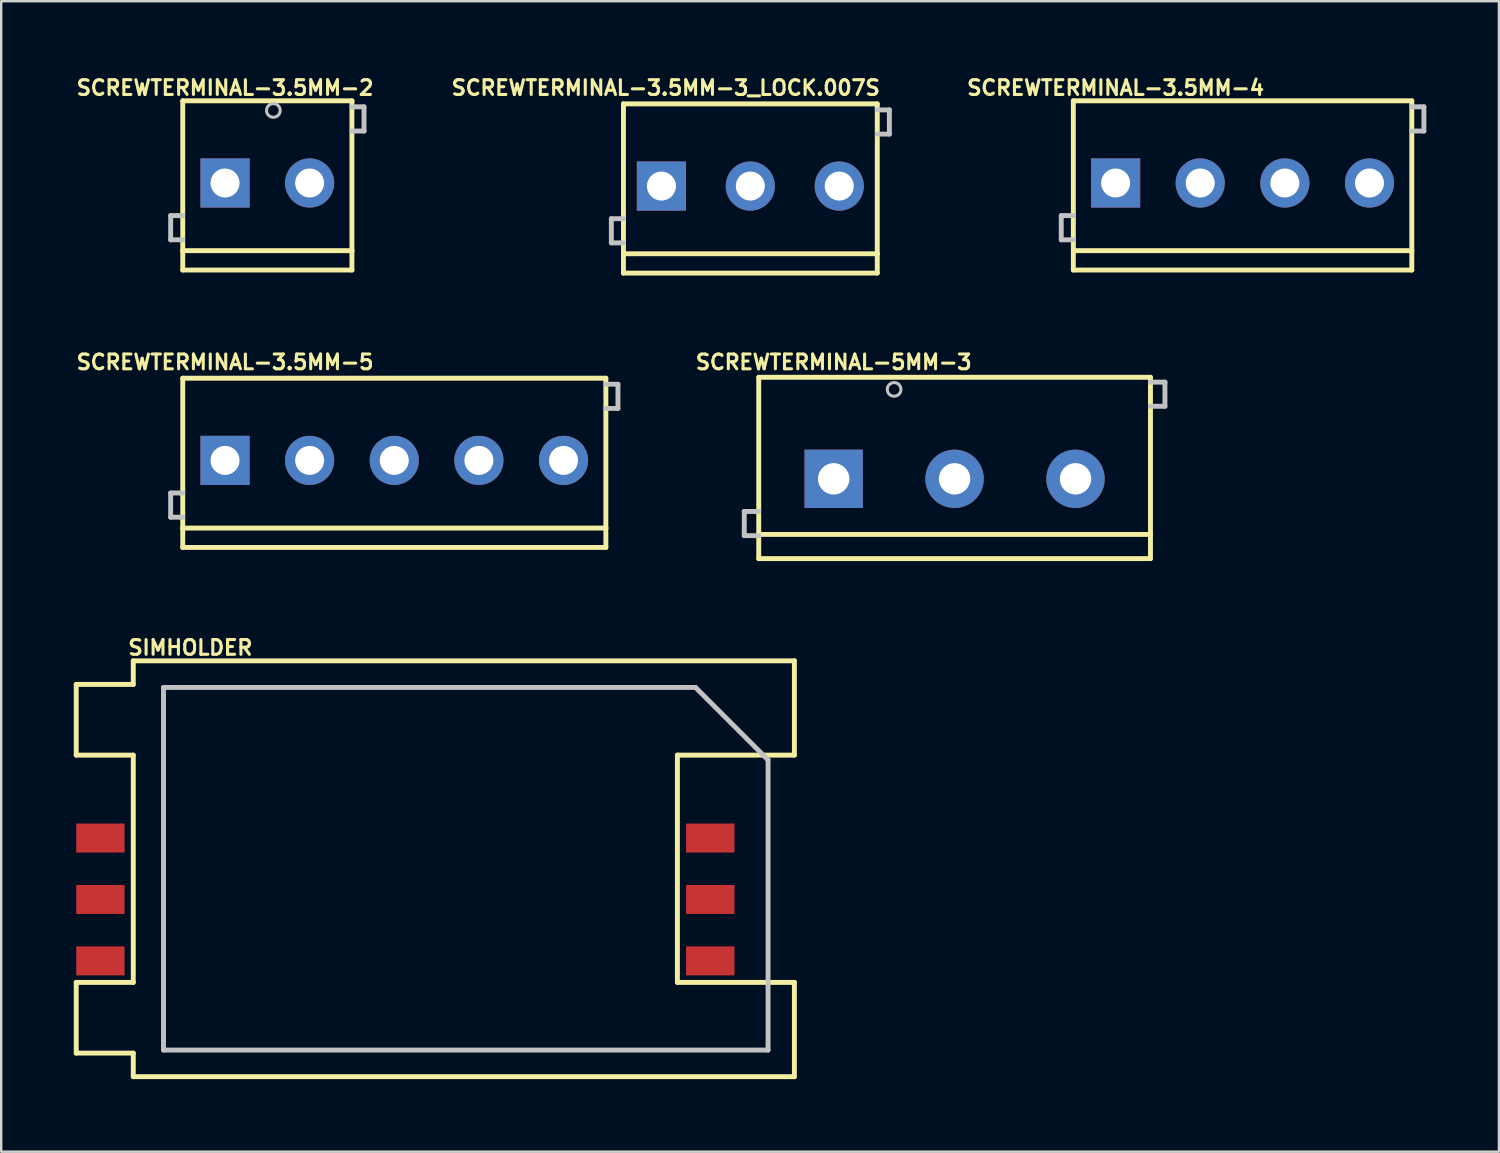
<source format=kicad_pcb>
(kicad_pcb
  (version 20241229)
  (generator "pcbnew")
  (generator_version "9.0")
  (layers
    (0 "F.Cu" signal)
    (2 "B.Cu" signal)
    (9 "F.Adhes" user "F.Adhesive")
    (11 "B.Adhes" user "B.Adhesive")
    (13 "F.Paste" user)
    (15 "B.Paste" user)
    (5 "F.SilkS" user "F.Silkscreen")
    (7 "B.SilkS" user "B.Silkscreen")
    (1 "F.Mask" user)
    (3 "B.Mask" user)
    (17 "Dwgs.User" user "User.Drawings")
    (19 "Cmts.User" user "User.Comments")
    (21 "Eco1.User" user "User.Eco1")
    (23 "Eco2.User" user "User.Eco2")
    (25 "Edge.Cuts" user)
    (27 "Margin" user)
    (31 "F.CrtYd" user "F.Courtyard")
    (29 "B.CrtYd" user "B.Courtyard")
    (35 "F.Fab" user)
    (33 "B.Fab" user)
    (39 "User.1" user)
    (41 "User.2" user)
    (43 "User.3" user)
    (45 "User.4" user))
  (footprint "SCREWTERMINAL-3.5MM-3_LOCK.007S"
    (layer "F.Cu")
    (at 24.478 4.644)
    (property "Reference" "SCREWTERMINAL-3.5MM-3_LOCK.007S" (at 0 -4.064 0) (layer "F.SilkS") (effects (font (size 0.61 0.61) (thickness 0.127))))
    (attr exclude_from_pos_files exclude_from_bom)
    (fp_line (start -1.748 -3.399) (end 8.748 -3.399) (stroke (width 0.203) (type solid)) (layer "F.SilkS"))
    (fp_line (start -1.748 2.799) (end -1.748 -3.399) (stroke (width 0.203) (type solid)) (layer "F.SilkS"))
    (fp_line (start -1.748 3.599) (end -1.748 2.799) (stroke (width 0.203) (type solid)) (layer "F.SilkS"))
    (fp_line (start 8.748 -3.399) (end 8.748 2.799) (stroke (width 0.203) (type solid)) (layer "F.SilkS"))
    (fp_line (start 8.748 2.799) (end -1.748 2.799) (stroke (width 0.203) (type solid)) (layer "F.SilkS"))
    (fp_line (start 8.748 2.799) (end 8.748 3.599) (stroke (width 0.203) (type solid)) (layer "F.SilkS"))
    (fp_line (start 8.748 3.599) (end -1.748 3.599) (stroke (width 0.203) (type solid)) (layer "F.SilkS"))
    (fp_line (start -2.248 1.349) (end -2.248 2.349) (stroke (width 0.203) (type solid)) (layer "Dwgs.User"))
    (fp_line (start -2.248 2.349) (end -1.748 2.349) (stroke (width 0.203) (type solid)) (layer "Dwgs.User"))
    (fp_line (start -1.748 1.349) (end -2.248 1.349) (stroke (width 0.203) (type solid)) (layer "Dwgs.User"))
    (fp_line (start 8.748 -3.15) (end 9.248 -3.15) (stroke (width 0.203) (type solid)) (layer "Dwgs.User"))
    (fp_line (start 9.248 -3.15) (end 9.248 -2.149) (stroke (width 0.203) (type solid)) (layer "Dwgs.User"))
    (fp_line (start 9.248 -2.149) (end 8.748 -2.149) (stroke (width 0.203) (type solid)) (layer "Dwgs.User"))
    (fp_circle (center 0 0) (end 0 -0.424) (stroke (width 0) (type solid)) (fill yes) (layer "Dwgs.User"))
    (fp_circle (center 3.498 0) (end 3.498 -0.424) (stroke (width 0) (type solid)) (fill yes) (layer "Dwgs.User"))
    (fp_circle (center 6.998 0) (end 6.998 -0.424) (stroke (width 0) (type solid)) (fill yes) (layer "Dwgs.User"))
    (pad "1" thru_hole rect (at -0.178 0) (size 2.032 2.032) (drill 1.199) (layers "*.Cu" "*.Mask"))
    (pad "2" thru_hole circle (at 3.498 0) (size 2.032 2.032) (drill 1.199) (layers "*.Cu" "*.Mask"))
    (pad "3" thru_hole circle (at 7.176 0) (size 2.032 2.032) (drill 1.199) (layers "*.Cu" "*.Mask")))
  (footprint "SCREWTERMINAL-3.5MM-4"
    (layer "F.Cu")
    (at 43.082 4.517)
    (property "Reference" "SCREWTERMINAL-3.5MM-4" (at 0 -3.937 0) (layer "F.SilkS") (effects (font (size 0.61 0.61) (thickness 0.127))))
    (attr exclude_from_pos_files exclude_from_bom)
    (fp_line (start -1.748 -3.399) (end 12.248 -3.399) (stroke (width 0.203) (type solid)) (layer "F.SilkS"))
    (fp_line (start -1.748 2.799) (end -1.748 -3.399) (stroke (width 0.203) (type solid)) (layer "F.SilkS"))
    (fp_line (start -1.748 3.599) (end -1.748 2.799) (stroke (width 0.203) (type solid)) (layer "F.SilkS"))
    (fp_line (start 12.248 -3.399) (end 12.248 2.799) (stroke (width 0.203) (type solid)) (layer "F.SilkS"))
    (fp_line (start 12.248 2.799) (end -1.748 2.799) (stroke (width 0.203) (type solid)) (layer "F.SilkS"))
    (fp_line (start 12.248 2.799) (end 12.248 3.599) (stroke (width 0.203) (type solid)) (layer "F.SilkS"))
    (fp_line (start 12.248 3.599) (end -1.748 3.599) (stroke (width 0.203) (type solid)) (layer "F.SilkS"))
    (fp_line (start -2.248 1.349) (end -2.248 2.349) (stroke (width 0.203) (type solid)) (layer "Dwgs.User"))
    (fp_line (start -2.248 2.349) (end -1.748 2.349) (stroke (width 0.203) (type solid)) (layer "Dwgs.User"))
    (fp_line (start -1.748 1.349) (end -2.248 1.349) (stroke (width 0.203) (type solid)) (layer "Dwgs.User"))
    (fp_line (start 12.248 -3.15) (end 12.748 -3.15) (stroke (width 0.203) (type solid)) (layer "Dwgs.User"))
    (fp_line (start 12.748 -3.15) (end 12.748 -2.149) (stroke (width 0.203) (type solid)) (layer "Dwgs.User"))
    (fp_line (start 12.748 -2.149) (end 12.248 -2.149) (stroke (width 0.203) (type solid)) (layer "Dwgs.User"))
    (fp_circle (center 0 0) (end 0 -0.424) (stroke (width 0) (type solid)) (fill yes) (layer "Dwgs.User"))
    (fp_circle (center 3.498 0) (end 3.498 -0.424) (stroke (width 0) (type solid)) (fill yes) (layer "Dwgs.User"))
    (fp_circle (center 6.998 0) (end 6.998 -0.424) (stroke (width 0) (type solid)) (fill yes) (layer "Dwgs.User"))
    (fp_circle (center 10.498 0) (end 10.498 -0.424) (stroke (width 0) (type solid)) (fill yes) (layer "Dwgs.User"))
    (pad "1" thru_hole rect (at 0 0) (size 2.032 2.032) (drill 1.199) (layers "*.Cu" "*.Mask"))
    (pad "2" thru_hole circle (at 3.498 0) (size 2.032 2.032) (drill 1.199) (layers "*.Cu" "*.Mask"))
    (pad "3" thru_hole circle (at 6.998 0) (size 2.032 2.032) (drill 1.199) (layers "*.Cu" "*.Mask"))
    (pad "4" thru_hole circle (at 10.498 0) (size 2.032 2.032) (drill 1.199) (layers "*.Cu" "*.Mask")))
  (footprint "SCREWTERMINAL-3.5MM-5"
    (layer "F.Cu")
    (at 6.255 15.988)
    (property "Reference" "SCREWTERMINAL-3.5MM-5" (at 0 -4.064 0) (layer "F.SilkS") (effects (font (size 0.61 0.61) (thickness 0.127))))
    (attr exclude_from_pos_files exclude_from_bom)
    (fp_line (start -1.748 -3.399) (end 15.748 -3.399) (stroke (width 0.203) (type solid)) (layer "F.SilkS"))
    (fp_line (start -1.748 2.799) (end -1.748 -3.399) (stroke (width 0.203) (type solid)) (layer "F.SilkS"))
    (fp_line (start -1.748 3.599) (end -1.748 2.799) (stroke (width 0.203) (type solid)) (layer "F.SilkS"))
    (fp_line (start 15.748 -3.399) (end 15.748 2.799) (stroke (width 0.203) (type solid)) (layer "F.SilkS"))
    (fp_line (start 15.748 2.799) (end -1.748 2.799) (stroke (width 0.203) (type solid)) (layer "F.SilkS"))
    (fp_line (start 15.748 2.799) (end 15.748 3.599) (stroke (width 0.203) (type solid)) (layer "F.SilkS"))
    (fp_line (start 15.748 3.599) (end -1.748 3.599) (stroke (width 0.203) (type solid)) (layer "F.SilkS"))
    (fp_line (start -2.248 1.349) (end -2.248 2.349) (stroke (width 0.203) (type solid)) (layer "Dwgs.User"))
    (fp_line (start -2.248 2.349) (end -1.748 2.349) (stroke (width 0.203) (type solid)) (layer "Dwgs.User"))
    (fp_line (start -1.748 1.349) (end -2.248 1.349) (stroke (width 0.203) (type solid)) (layer "Dwgs.User"))
    (fp_line (start 15.748 -3.15) (end 16.248 -3.15) (stroke (width 0.203) (type solid)) (layer "Dwgs.User"))
    (fp_line (start 16.248 -3.15) (end 16.248 -2.149) (stroke (width 0.203) (type solid)) (layer "Dwgs.User"))
    (fp_line (start 16.248 -2.149) (end 15.748 -2.149) (stroke (width 0.203) (type solid)) (layer "Dwgs.User"))
    (pad "1" thru_hole rect (at 0 0) (size 2.032 2.032) (drill 1.199) (layers "*.Cu" "*.Mask"))
    (pad "2" thru_hole circle (at 3.498 0) (size 2.032 2.032) (drill 1.199) (layers "*.Cu" "*.Mask"))
    (pad "3" thru_hole circle (at 6.998 0) (size 2.032 2.032) (drill 1.199) (layers "*.Cu" "*.Mask"))
    (pad "4" thru_hole circle (at 10.498 0) (size 2.032 2.032) (drill 1.199) (layers "*.Cu" "*.Mask"))
    (pad "5" thru_hole circle (at 13.998 0) (size 2.032 2.032) (drill 1.199) (layers "*.Cu" "*.Mask")))
  (footprint "SIMHOLDER"
    (layer "F.Cu")
    (at 13.711 32.874)
    (property "Reference" "SIMHOLDER" (at -8.89 -9.144 0) (layer "F.SilkS") (effects (font (size 0.61 0.61) (thickness 0.127))))
    (attr smd)
    (fp_line (start -13.609 -7.623) (end -13.609 -4.699) (stroke (width 0.203) (type solid)) (layer "F.SilkS"))
    (fp_line (start -13.609 -4.699) (end -11.25 -4.699) (stroke (width 0.203) (type solid)) (layer "F.SilkS"))
    (fp_line (start -13.609 7.623) (end -13.609 4.699) (stroke (width 0.203) (type solid)) (layer "F.SilkS"))
    (fp_line (start -13.609 7.623) (end -11.25 7.623) (stroke (width 0.203) (type solid)) (layer "F.SilkS"))
    (fp_line (start -11.25 -8.598) (end -11.25 -7.623) (stroke (width 0.203) (type solid)) (layer "F.SilkS"))
    (fp_line (start -11.25 -8.598) (end 16.088 -8.598) (stroke (width 0.203) (type solid)) (layer "F.SilkS"))
    (fp_line (start -11.25 -7.623) (end -13.609 -7.623) (stroke (width 0.203) (type solid)) (layer "F.SilkS"))
    (fp_line (start -11.25 4.699) (end -13.609 4.699) (stroke (width 0.203) (type solid)) (layer "F.SilkS"))
    (fp_line (start -11.25 4.699) (end -11.25 -4.699) (stroke (width 0.203) (type solid)) (layer "F.SilkS"))
    (fp_line (start -11.25 7.623) (end -11.25 8.598) (stroke (width 0.203) (type solid)) (layer "F.SilkS"))
    (fp_line (start 11.25 -4.699) (end 11.25 4.699) (stroke (width 0.203) (type solid)) (layer "F.SilkS"))
    (fp_line (start 11.25 4.699) (end 16.088 4.699) (stroke (width 0.203) (type solid)) (layer "F.SilkS"))
    (fp_line (start 16.088 -8.598) (end 16.088 -4.699) (stroke (width 0.203) (type solid)) (layer "F.SilkS"))
    (fp_line (start 16.088 -4.699) (end 11.25 -4.699) (stroke (width 0.203) (type solid)) (layer "F.SilkS"))
    (fp_line (start 16.088 4.699) (end 16.088 8.598) (stroke (width 0.203) (type solid)) (layer "F.SilkS"))
    (fp_line (start 16.088 8.598) (end -11.25 8.598) (stroke (width 0.203) (type solid)) (layer "F.SilkS"))
    (fp_line (start -10 -7.498) (end -10 7.498) (stroke (width 0.203) (type solid)) (layer "Dwgs.User"))
    (fp_line (start -10 -7.498) (end 11.999 -7.498) (stroke (width 0.203) (type solid)) (layer "Dwgs.User"))
    (fp_line (start 11.999 -7.498) (end 14.999 -4.498) (stroke (width 0.203) (type solid)) (layer "Dwgs.User"))
    (fp_line (start 14.999 -4.498) (end 14.999 7.498) (stroke (width 0.203) (type solid)) (layer "Dwgs.User"))
    (fp_line (start 14.999 7.498) (end -10 7.498) (stroke (width 0.203) (type solid)) (layer "Dwgs.User"))
    (pad "C1" smd rect (at -12.609 3.81 90) (size 1.199 1.999) (layers "F.Cu" "F.Mask" "F.Paste"))
    (pad "C2" smd rect (at -12.609 1.27 90) (size 1.199 1.999) (layers "F.Cu" "F.Mask" "F.Paste"))
    (pad "C3" smd rect (at -12.609 -1.27 90) (size 1.199 1.999) (layers "F.Cu" "F.Mask" "F.Paste"))
    (pad "C5" smd rect (at 12.609 3.81 90) (size 1.199 1.999) (layers "F.Cu" "F.Mask" "F.Paste"))
    (pad "C6" smd rect (at 12.609 1.27 90) (size 1.199 1.999) (layers "F.Cu" "F.Mask" "F.Paste"))
    (pad "C7" smd rect (at 12.609 -1.27 90) (size 1.199 1.999) (layers "F.Cu" "F.Mask" "F.Paste")))
  (footprint "SCREWTERMINAL-3.5MM-2"
    (layer "F.Cu")
    (at 6.255 4.517)
    (property "Reference" "SCREWTERMINAL-3.5MM-2" (at 0 -3.937 180) (layer "F.SilkS") (effects (font (size 0.61 0.61) (thickness 0.127))))
    (attr exclude_from_pos_files exclude_from_bom)
    (fp_line (start -1.748 -3.399) (end 5.248 -3.399) (stroke (width 0.203) (type solid)) (layer "F.SilkS"))
    (fp_line (start -1.748 2.799) (end -1.748 -3.399) (stroke (width 0.203) (type solid)) (layer "F.SilkS"))
    (fp_line (start -1.748 3.599) (end -1.748 2.799) (stroke (width 0.203) (type solid)) (layer "F.SilkS"))
    (fp_line (start 5.248 -3.399) (end 5.248 2.799) (stroke (width 0.203) (type solid)) (layer "F.SilkS"))
    (fp_line (start 5.248 2.799) (end -1.748 2.799) (stroke (width 0.203) (type solid)) (layer "F.SilkS"))
    (fp_line (start 5.248 2.799) (end 5.248 3.599) (stroke (width 0.203) (type solid)) (layer "F.SilkS"))
    (fp_line (start 5.248 3.599) (end -1.748 3.599) (stroke (width 0.203) (type solid)) (layer "F.SilkS"))
    (fp_line (start -2.248 1.349) (end -2.248 2.349) (stroke (width 0.203) (type solid)) (layer "Dwgs.User"))
    (fp_line (start -2.248 2.349) (end -1.748 2.349) (stroke (width 0.203) (type solid)) (layer "Dwgs.User"))
    (fp_line (start -1.748 1.349) (end -2.248 1.349) (stroke (width 0.203) (type solid)) (layer "Dwgs.User"))
    (fp_line (start 5.248 -3.15) (end 5.748 -3.15) (stroke (width 0.203) (type solid)) (layer "Dwgs.User"))
    (fp_line (start 5.748 -3.15) (end 5.748 -2.149) (stroke (width 0.203) (type solid)) (layer "Dwgs.User"))
    (fp_line (start 5.748 -2.149) (end 5.248 -2.149) (stroke (width 0.203) (type solid)) (layer "Dwgs.User"))
    (fp_circle (center 1.999 -3) (end 1.999 -3.282) (stroke (width 0.127) (type solid)) (fill no) (layer "Dwgs.User"))
    (pad "1" thru_hole rect (at 0 0) (size 2.032 2.032) (drill 1.199) (layers "*.Cu" "*.Mask"))
    (pad "2" thru_hole circle (at 3.498 0) (size 2.032 2.032) (drill 1.199) (layers "*.Cu" "*.Mask")))
  (footprint "SCREWTERMINAL-5MM-3"
    (layer "F.Cu")
    (at 31.424 16.75)
    (property "Reference" "SCREWTERMINAL-5MM-3" (at 0 -4.826 0) (layer "F.SilkS") (effects (font (size 0.61 0.61) (thickness 0.127))))
    (attr exclude_from_pos_files exclude_from_bom)
    (fp_line (start -3.099 -4.199) (end 13.099 -4.199) (stroke (width 0.203) (type solid)) (layer "F.SilkS"))
    (fp_line (start -3.099 2.299) (end -3.099 -4.199) (stroke (width 0.203) (type solid)) (layer "F.SilkS"))
    (fp_line (start -3.099 3.299) (end -3.099 2.299) (stroke (width 0.203) (type solid)) (layer "F.SilkS"))
    (fp_line (start 13.099 -4.199) (end 13.099 2.299) (stroke (width 0.203) (type solid)) (layer "F.SilkS"))
    (fp_line (start 13.099 2.299) (end -3.099 2.299) (stroke (width 0.203) (type solid)) (layer "F.SilkS"))
    (fp_line (start 13.099 2.299) (end 13.099 3.299) (stroke (width 0.203) (type solid)) (layer "F.SilkS"))
    (fp_line (start 13.099 3.299) (end -3.099 3.299) (stroke (width 0.203) (type solid)) (layer "F.SilkS"))
    (fp_line (start -3.698 1.349) (end -3.698 2.349) (stroke (width 0.203) (type solid)) (layer "Dwgs.User"))
    (fp_line (start -3.698 2.349) (end -3.099 2.349) (stroke (width 0.203) (type solid)) (layer "Dwgs.User"))
    (fp_line (start -3.099 1.349) (end -3.698 1.349) (stroke (width 0.203) (type solid)) (layer "Dwgs.User"))
    (fp_line (start 13.099 -3.998) (end 13.698 -3.998) (stroke (width 0.203) (type solid)) (layer "Dwgs.User"))
    (fp_line (start 13.698 -3.998) (end 13.698 -3) (stroke (width 0.203) (type solid)) (layer "Dwgs.User"))
    (fp_line (start 13.698 -3) (end 13.099 -3) (stroke (width 0.203) (type solid)) (layer "Dwgs.User"))
    (fp_circle (center 2.499 -3.698) (end 2.499 -3.98) (stroke (width 0.127) (type solid)) (fill no) (layer "Dwgs.User"))
    (pad "1" thru_hole rect (at 0 0) (size 2.413 2.413) (drill 1.298) (layers "*.Cu" "*.Mask"))
    (pad "2" thru_hole circle (at 4.999 0) (size 2.413 2.413) (drill 1.298) (layers "*.Cu" "*.Mask"))
    (pad "3" thru_hole circle (at 10 0) (size 2.413 2.413) (drill 1.298) (layers "*.Cu" "*.Mask")))
  (gr_rect
    (start -3 -3)
    (end 58.932 44.574)
    (stroke (width 0.1) (type default))
    (fill no)
    (layer "Edge.Cuts")))
</source>
